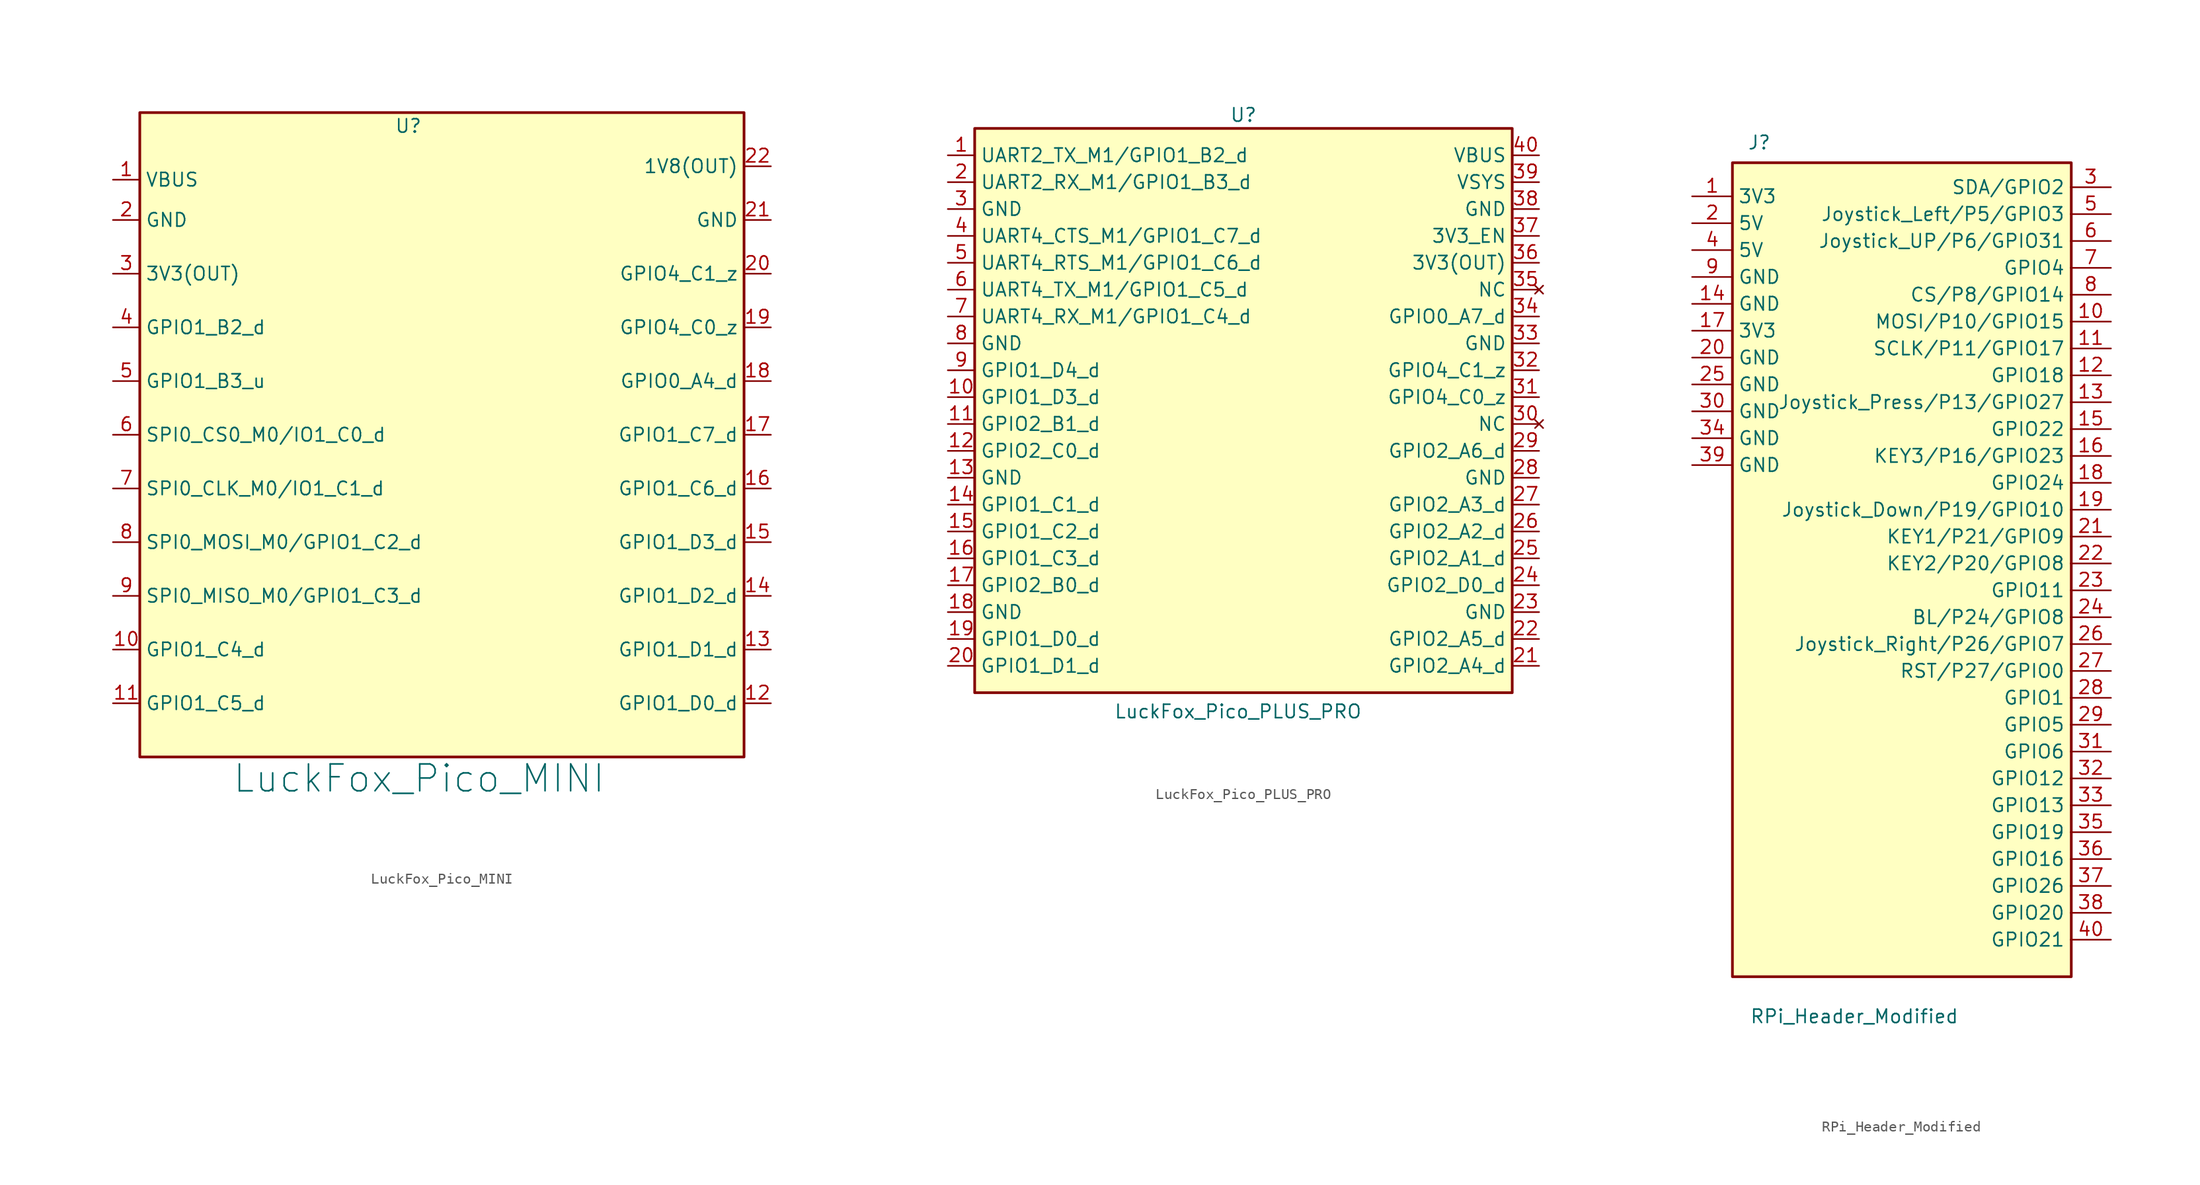
<source format=kicad_sym>
(kicad_symbol_lib
  (version 20241209)
  (generator "kicad_symbol_editor")
  (generator_version "9.0")
  (symbol "LuckFox_Pico_MINI"
    (property "Reference" "U"
      (at 0 53.34 0)
      (effects (font (size 1.27 1.27))))
    (property "Value" "LuckFox_Pico_MINI"
      (at 1.016 -8.382 0)
      (effects (font (size 2.54 2.54))))
    (symbol "LuckFox_Pico_MINI_0_1"
      (rectangle (start -25.4 54.61) (end 31.75 -6.35) (stroke (width 0.254) (type default)) (fill (type background))))
    (symbol "LuckFox_Pico_MINI_1_1"
      (pin power_in line (at -27.94 48.26 0) (length 2.54) (name "VBUS" (effects (font (size 1.27 1.27)))) (number "1" (effects (font (size 1.27 1.27)))))
      (pin power_in line (at -27.94 44.45 0) (length 2.54) (name "GND" (effects (font (size 1.27 1.27)))) (number "2" (effects (font (size 1.27 1.27)))))
      (pin power_out line (at -27.94 39.37 0) (length 2.54) (name "3V3(OUT)" (effects (font (size 1.27 1.27)))) (number "3" (effects (font (size 1.27 1.27)))))
      (pin bidirectional line (at -27.94 34.29 0) (length 2.54) (name "GPIO1_B2_d" (effects (font (size 1.27 1.27)))) (number "4" (effects (font (size 1.27 1.27)))))
      (pin bidirectional line (at -27.94 29.21 0) (length 2.54) (name "GPIO1_B3_u" (effects (font (size 1.27 1.27)))) (number "5" (effects (font (size 1.27 1.27)))))
      (pin bidirectional line (at -27.94 24.13 0) (length 2.54) (name "SPI0_CS0_M0/IO1_C0_d" (effects (font (size 1.27 1.27)))) (number "6" (effects (font (size 1.27 1.27)))))
      (pin bidirectional line (at -27.94 19.05 0) (length 2.54) (name "SPI0_CLK_M0/IO1_C1_d" (effects (font (size 1.27 1.27)))) (number "7" (effects (font (size 1.27 1.27)))))
      (pin bidirectional line (at -27.94 13.97 0) (length 2.54) (name "SPI0_MOSI_M0/GPIO1_C2_d" (effects (font (size 1.27 1.27)))) (number "8" (effects (font (size 1.27 1.27)))))
      (pin bidirectional line (at -27.94 8.89 0) (length 2.54) (name "SPI0_MISO_M0/GPIO1_C3_d" (effects (font (size 1.27 1.27)))) (number "9" (effects (font (size 1.27 1.27)))))
      (pin bidirectional line (at -27.94 3.81 0) (length 2.54) (name "GPIO1_C4_d" (effects (font (size 1.27 1.27)))) (number "10" (effects (font (size 1.27 1.27)))))
      (pin bidirectional line (at -27.94 -1.27 0) (length 2.54) (name "GPIO1_C5_d" (effects (font (size 1.27 1.27)))) (number "11" (effects (font (size 1.27 1.27)))))
      (pin power_out line (at 34.29 49.53 180) (length 2.54) (name "1V8(OUT)" (effects (font (size 1.27 1.27)))) (number "22" (effects (font (size 1.27 1.27)))))
      (pin power_in line (at 34.29 44.45 180) (length 2.54) (name "GND" (effects (font (size 1.27 1.27)))) (number "21" (effects (font (size 1.27 1.27)))))
      (pin bidirectional line (at 34.29 39.37 180) (length 2.54) (name "GPIO4_C1_z" (effects (font (size 1.27 1.27)))) (number "20" (effects (font (size 1.27 1.27)))))
      (pin bidirectional line (at 34.29 34.29 180) (length 2.54) (name "GPIO4_C0_z" (effects (font (size 1.27 1.27)))) (number "19" (effects (font (size 1.27 1.27)))))
      (pin bidirectional line (at 34.29 29.21 180) (length 2.54) (name "GPIO0_A4_d" (effects (font (size 1.27 1.27)))) (number "18" (effects (font (size 1.27 1.27)))))
      (pin bidirectional line (at 34.29 24.13 180) (length 2.54) (name "GPIO1_C7_d" (effects (font (size 1.27 1.27)))) (number "17" (effects (font (size 1.27 1.27)))))
      (pin bidirectional line (at 34.29 19.05 180) (length 2.54) (name "GPIO1_C6_d" (effects (font (size 1.27 1.27)))) (number "16" (effects (font (size 1.27 1.27)))))
      (pin bidirectional line (at 34.29 13.97 180) (length 2.54) (name "GPIO1_D3_d" (effects (font (size 1.27 1.27)))) (number "15" (effects (font (size 1.27 1.27)))))
      (pin bidirectional line (at 34.29 8.89 180) (length 2.54) (name "GPIO1_D2_d" (effects (font (size 1.27 1.27)))) (number "14" (effects (font (size 1.27 1.27)))))
      (pin bidirectional line (at 34.29 3.81 180) (length 2.54) (name "GPIO1_D1_d" (effects (font (size 1.27 1.27)))) (number "13" (effects (font (size 1.27 1.27)))))
      (pin bidirectional line (at 34.29 -1.27 180) (length 2.54) (name "GPIO1_D0_d" (effects (font (size 1.27 1.27)))) (number "12" (effects (font (size 1.27 1.27)))))))
  (symbol "LuckFox_Pico_PLUS_PRO"
    (property "Reference" "U"
      (at 0 54.61 0)
      (effects (font (size 1.27 1.27))))
    (property "Value" "LuckFox_Pico_PLUS_PRO"
      (at -0.508 -1.778 0)
      (effects (font (size 1.27 1.27))))
    (symbol "LuckFox_Pico_PLUS_PRO_0_1"
      (rectangle (start -25.4 53.34) (end 25.4 0) (stroke (width 0.254) (type default)) (fill (type background))))
    (symbol "LuckFox_Pico_PLUS_PRO_1_1"
      (pin bidirectional line (at -27.94 50.8 0) (length 2.54) (name "UART2_TX_M1/GPIO1_B2_d" (effects (font (size 1.27 1.27)))) (number "1" (effects (font (size 1.27 1.27)))))
      (pin bidirectional line (at -27.94 48.26 0) (length 2.54) (name "UART2_RX_M1/GPIO1_B3_d" (effects (font (size 1.27 1.27)))) (number "2" (effects (font (size 1.27 1.27)))))
      (pin power_in line (at -27.94 45.72 0) (length 2.54) (name "GND" (effects (font (size 1.27 1.27)))) (number "3" (effects (font (size 1.27 1.27)))))
      (pin bidirectional line (at -27.94 43.18 0) (length 2.54) (name "UART4_CTS_M1/GPIO1_C7_d" (effects (font (size 1.27 1.27)))) (number "4" (effects (font (size 1.27 1.27)))))
      (pin bidirectional line (at -27.94 40.64 0) (length 2.54) (name "UART4_RTS_M1/GPIO1_C6_d" (effects (font (size 1.27 1.27)))) (number "5" (effects (font (size 1.27 1.27)))))
      (pin bidirectional line (at -27.94 38.1 0) (length 2.54) (name "UART4_TX_M1/GPIO1_C5_d" (effects (font (size 1.27 1.27)))) (number "6" (effects (font (size 1.27 1.27)))))
      (pin bidirectional line (at -27.94 35.56 0) (length 2.54) (name "UART4_RX_M1/GPIO1_C4_d" (effects (font (size 1.27 1.27)))) (number "7" (effects (font (size 1.27 1.27)))))
      (pin power_in line (at -27.94 33.02 0) (length 2.54) (name "GND" (effects (font (size 1.27 1.27)))) (number "8" (effects (font (size 1.27 1.27)))))
      (pin bidirectional line (at -27.94 30.48 0) (length 2.54) (name "GPIO1_D4_d" (effects (font (size 1.27 1.27)))) (number "9" (effects (font (size 1.27 1.27)))))
      (pin bidirectional line (at -27.94 27.94 0) (length 2.54) (name "GPIO1_D3_d" (effects (font (size 1.27 1.27)))) (number "10" (effects (font (size 1.27 1.27)))))
      (pin bidirectional line (at -27.94 25.4 0) (length 2.54) (name "GPIO2_B1_d" (effects (font (size 1.27 1.27)))) (number "11" (effects (font (size 1.27 1.27)))))
      (pin bidirectional line (at -27.94 22.86 0) (length 2.54) (name "GPIO2_C0_d" (effects (font (size 1.27 1.27)))) (number "12" (effects (font (size 1.27 1.27)))))
      (pin power_in line (at -27.94 20.32 0) (length 2.54) (name "GND" (effects (font (size 1.27 1.27)))) (number "13" (effects (font (size 1.27 1.27)))))
      (pin bidirectional line (at -27.94 17.78 0) (length 2.54) (name "GPIO1_C1_d" (effects (font (size 1.27 1.27)))) (number "14" (effects (font (size 1.27 1.27)))))
      (pin bidirectional line (at -27.94 15.24 0) (length 2.54) (name "GPIO1_C2_d" (effects (font (size 1.27 1.27)))) (number "15" (effects (font (size 1.27 1.27)))))
      (pin bidirectional line (at -27.94 12.7 0) (length 2.54) (name "GPIO1_C3_d" (effects (font (size 1.27 1.27)))) (number "16" (effects (font (size 1.27 1.27)))))
      (pin bidirectional line (at -27.94 10.16 0) (length 2.54) (name "GPIO2_B0_d" (effects (font (size 1.27 1.27)))) (number "17" (effects (font (size 1.27 1.27)))))
      (pin power_in line (at -27.94 7.62 0) (length 2.54) (name "GND" (effects (font (size 1.27 1.27)))) (number "18" (effects (font (size 1.27 1.27)))))
      (pin bidirectional line (at -27.94 5.08 0) (length 2.54) (name "GPIO1_D0_d" (effects (font (size 1.27 1.27)))) (number "19" (effects (font (size 1.27 1.27)))))
      (pin bidirectional line (at -27.94 2.54 0) (length 2.54) (name "GPIO1_D1_d" (effects (font (size 1.27 1.27)))) (number "20" (effects (font (size 1.27 1.27)))))
      (pin power_in line (at 27.94 50.8 180) (length 2.54) (name "VBUS" (effects (font (size 1.27 1.27)))) (number "40" (effects (font (size 1.27 1.27)))))
      (pin power_in line (at 27.94 48.26 180) (length 2.54) (name "VSYS" (effects (font (size 1.27 1.27)))) (number "39" (effects (font (size 1.27 1.27)))))
      (pin power_in line (at 27.94 45.72 180) (length 2.54) (name "GND" (effects (font (size 1.27 1.27)))) (number "38" (effects (font (size 1.27 1.27)))))
      (pin power_in line (at 27.94 43.18 180) (length 2.54) (name "3V3_EN" (effects (font (size 1.27 1.27)))) (number "37" (effects (font (size 1.27 1.27)))))
      (pin power_out line (at 27.94 40.64 180) (length 2.54) (name "3V3(OUT)" (effects (font (size 1.27 1.27)))) (number "36" (effects (font (size 1.27 1.27)))))
      (pin no_connect line (at 27.94 38.1 180) (length 2.54) (name "NC" (effects (font (size 1.27 1.27)))) (number "35" (effects (font (size 1.27 1.27)))))
      (pin bidirectional line (at 27.94 35.56 180) (length 2.54) (name "GPIO0_A7_d" (effects (font (size 1.27 1.27)))) (number "34" (effects (font (size 1.27 1.27)))))
      (pin power_in line (at 27.94 33.02 180) (length 2.54) (name "GND" (effects (font (size 1.27 1.27)))) (number "33" (effects (font (size 1.27 1.27)))))
      (pin bidirectional line (at 27.94 30.48 180) (length 2.54) (name "GPIO4_C1_z" (effects (font (size 1.27 1.27)))) (number "32" (effects (font (size 1.27 1.27)))))
      (pin bidirectional line (at 27.94 27.94 180) (length 2.54) (name "GPIO4_C0_z" (effects (font (size 1.27 1.27)))) (number "31" (effects (font (size 1.27 1.27)))))
      (pin no_connect line (at 27.94 25.4 180) (length 2.54) (name "NC" (effects (font (size 1.27 1.27)))) (number "30" (effects (font (size 1.27 1.27)))))
      (pin bidirectional line (at 27.94 22.86 180) (length 2.54) (name "GPIO2_A6_d" (effects (font (size 1.27 1.27)))) (number "29" (effects (font (size 1.27 1.27)))))
      (pin power_in line (at 27.94 20.32 180) (length 2.54) (name "GND" (effects (font (size 1.27 1.27)))) (number "28" (effects (font (size 1.27 1.27)))))
      (pin bidirectional line (at 27.94 17.78 180) (length 2.54) (name "GPIO2_A3_d" (effects (font (size 1.27 1.27)))) (number "27" (effects (font (size 1.27 1.27)))))
      (pin bidirectional line (at 27.94 15.24 180) (length 2.54) (name "GPIO2_A2_d" (effects (font (size 1.27 1.27)))) (number "26" (effects (font (size 1.27 1.27)))))
      (pin bidirectional line (at 27.94 12.7 180) (length 2.54) (name "GPIO2_A1_d" (effects (font (size 1.27 1.27)))) (number "25" (effects (font (size 1.27 1.27)))))
      (pin bidirectional line (at 27.94 10.16 180) (length 2.54) (name "GPIO2_D0_d" (effects (font (size 1.27 1.27)))) (number "24" (effects (font (size 1.27 1.27)))))
      (pin power_in line (at 27.94 7.62 180) (length 2.54) (name "GND" (effects (font (size 1.27 1.27)))) (number "23" (effects (font (size 1.27 1.27)))))
      (pin bidirectional line (at 27.94 5.08 180) (length 2.54) (name "GPIO2_A5_d" (effects (font (size 1.27 1.27)))) (number "22" (effects (font (size 1.27 1.27)))))
      (pin bidirectional line (at 27.94 2.54 180) (length 2.54) (name "GPIO2_A4_d" (effects (font (size 1.27 1.27)))) (number "21" (effects (font (size 1.27 1.27)))))))
  (symbol "RPi_Header_Modified"
    (property "Reference" "J"
      (at 1.27 53.34 0)
      (effects (font (size 1.27 1.27))))
    (property "Value" "RPi_Header_Modified"
      (at 10.25 -29.25 0)
      (effects (font (size 1.27 1.27))))
    (symbol "RPi_Header_Modified_0_1"
      (rectangle (start -1.27 51.435) (end 30.75 -25.5) (stroke (width 0.254) (type default)) (fill (type background))))
    (symbol "RPi_Header_Modified_1_1"
      (pin power_in line (at -5.08 48.26 0) (length 3.81) (name "3V3" (effects (font (size 1.27 1.27)))) (number "1" (effects (font (size 1.27 1.27)))))
      (pin power_in line (at -5.08 45.72 0) (length 3.81) (name "5V" (effects (font (size 1.27 1.27)))) (number "2" (effects (font (size 1.27 1.27)))))
      (pin power_in line (at -5.08 43.18 0) (length 3.81) (name "5V" (effects (font (size 1.27 1.27)))) (number "4" (effects (font (size 1.27 1.27)))))
      (pin power_in line (at -5.08 40.64 0) (length 3.81) (name "GND" (effects (font (size 1.27 1.27)))) (number "9" (effects (font (size 1.27 1.27)))))
      (pin power_in line (at -5.08 38.1 0) (length 3.81) (name "GND" (effects (font (size 1.27 1.27)))) (number "14" (effects (font (size 1.27 1.27)))))
      (pin power_in line (at -5.08 35.56 0) (length 3.81) (name "3V3" (effects (font (size 1.27 1.27)))) (number "17" (effects (font (size 1.27 1.27)))))
      (pin power_in line (at -5.08 33.02 0) (length 3.81) (name "GND" (effects (font (size 1.27 1.27)))) (number "20" (effects (font (size 1.27 1.27)))))
      (pin power_in line (at -5.08 30.48 0) (length 3.81) (name "GND" (effects (font (size 1.27 1.27)))) (number "25" (effects (font (size 1.27 1.27)))))
      (pin power_in line (at -5.08 27.94 0) (length 3.81) (name "GND" (effects (font (size 1.27 1.27)))) (number "30" (effects (font (size 1.27 1.27)))))
      (pin power_in line (at -5.08 25.4 0) (length 3.81) (name "GND" (effects (font (size 1.27 1.27)))) (number "34" (effects (font (size 1.27 1.27)))))
      (pin power_in line (at -5.08 22.86 0) (length 3.81) (name "GND" (effects (font (size 1.27 1.27)))) (number "39" (effects (font (size 1.27 1.27)))))
      (pin bidirectional line (at 34.5 49.12 180) (length 3.81) (name "SDA/GPIO2" (effects (font (size 1.27 1.27)))) (number "3" (effects (font (size 1.27 1.27)))))
      (pin bidirectional line (at 34.5 46.58 180) (length 3.81) (name "Joystick_Left/P5/GPIO3" (effects (font (size 1.27 1.27)))) (number "5" (effects (font (size 1.27 1.27)))))
      (pin bidirectional line (at 34.5 44.04 180) (length 3.81) (name "Joystick_UP/P6/GPIO31" (effects (font (size 1.27 1.27)))) (number "6" (effects (font (size 1.27 1.27)))))
      (pin bidirectional line (at 34.5 41.5 180) (length 3.81) (name "GPIO4" (effects (font (size 1.27 1.27)))) (number "7" (effects (font (size 1.27 1.27)))))
      (pin bidirectional line (at 34.5 38.96 180) (length 3.81) (name "CS/P8/GPIO14" (effects (font (size 1.27 1.27)))) (number "8" (effects (font (size 1.27 1.27)))))
      (pin bidirectional line (at 34.5 36.42 180) (length 3.81) (name "MOSI/P10/GPIO15" (effects (font (size 1.27 1.27)))) (number "10" (effects (font (size 1.27 1.27)))))
      (pin bidirectional line (at 34.5 33.88 180) (length 3.81) (name "SCLK/P11/GPIO17" (effects (font (size 1.27 1.27)))) (number "11" (effects (font (size 1.27 1.27)))))
      (pin bidirectional line (at 34.5 31.34 180) (length 3.81) (name "GPIO18" (effects (font (size 1.27 1.27)))) (number "12" (effects (font (size 1.27 1.27)))))
      (pin bidirectional line (at 34.5 28.8 180) (length 3.81) (name "Joystick_Press/P13/GPIO27" (effects (font (size 1.27 1.27)))) (number "13" (effects (font (size 1.27 1.27)))))
      (pin bidirectional line (at 34.5 26.26 180) (length 3.81) (name "GPIO22" (effects (font (size 1.27 1.27)))) (number "15" (effects (font (size 1.27 1.27)))))
      (pin bidirectional line (at 34.5 23.72 180) (length 3.81) (name "KEY3/P16/GPIO23" (effects (font (size 1.27 1.27)))) (number "16" (effects (font (size 1.27 1.27)))))
      (pin bidirectional line (at 34.5 21.18 180) (length 3.81) (name "GPIO24" (effects (font (size 1.27 1.27)))) (number "18" (effects (font (size 1.27 1.27)))))
      (pin bidirectional line (at 34.5 18.64 180) (length 3.81) (name "Joystick_Down/P19/GPIO10" (effects (font (size 1.27 1.27)))) (number "19" (effects (font (size 1.27 1.27)))))
      (pin bidirectional line (at 34.5 16.1 180) (length 3.81) (name "KEY1/P21/GPIO9" (effects (font (size 1.27 1.27)))) (number "21" (effects (font (size 1.27 1.27)))))
      (pin bidirectional line (at 34.5 13.56 180) (length 3.81) (name "KEY2/P20/GPIO8" (effects (font (size 1.27 1.27)))) (number "22" (effects (font (size 1.27 1.27)))))
      (pin bidirectional line (at 34.5 11.02 180) (length 3.81) (name "GPIO11" (effects (font (size 1.27 1.27)))) (number "23" (effects (font (size 1.27 1.27)))))
      (pin bidirectional line (at 34.5 8.48 180) (length 3.81) (name "BL/P24/GPIO8" (effects (font (size 1.27 1.27)))) (number "24" (effects (font (size 1.27 1.27)))))
      (pin bidirectional line (at 34.5 5.94 180) (length 3.81) (name "Joystick_Right/P26/GPIO7" (effects (font (size 1.27 1.27)))) (number "26" (effects (font (size 1.27 1.27)))))
      (pin bidirectional line (at 34.5 3.4 180) (length 3.81) (name "RST/P27/GPIO0" (effects (font (size 1.27 1.27)))) (number "27" (effects (font (size 1.27 1.27)))))
      (pin bidirectional line (at 34.5 0.86 180) (length 3.81) (name "GPIO1" (effects (font (size 1.27 1.27)))) (number "28" (effects (font (size 1.27 1.27)))))
      (pin bidirectional line (at 34.5 -1.68 180) (length 3.81) (name "GPIO5" (effects (font (size 1.27 1.27)))) (number "29" (effects (font (size 1.27 1.27)))))
      (pin bidirectional line (at 34.5 -4.22 180) (length 3.81) (name "GPIO6" (effects (font (size 1.27 1.27)))) (number "31" (effects (font (size 1.27 1.27)))))
      (pin bidirectional line (at 34.5 -6.76 180) (length 3.81) (name "GPIO12" (effects (font (size 1.27 1.27)))) (number "32" (effects (font (size 1.27 1.27)))))
      (pin bidirectional line (at 34.5 -9.3 180) (length 3.81) (name "GPIO13" (effects (font (size 1.27 1.27)))) (number "33" (effects (font (size 1.27 1.27)))))
      (pin bidirectional line (at 34.5 -11.84 180) (length 3.81) (name "GPIO19" (effects (font (size 1.27 1.27)))) (number "35" (effects (font (size 1.27 1.27)))))
      (pin bidirectional line (at 34.5 -14.38 180) (length 3.81) (name "GPIO16" (effects (font (size 1.27 1.27)))) (number "36" (effects (font (size 1.27 1.27)))))
      (pin bidirectional line (at 34.5 -16.92 180) (length 3.81) (name "GPIO26" (effects (font (size 1.27 1.27)))) (number "37" (effects (font (size 1.27 1.27)))))
      (pin bidirectional line (at 34.5 -19.46 180) (length 3.81) (name "GPIO20" (effects (font (size 1.27 1.27)))) (number "38" (effects (font (size 1.27 1.27)))))
      (pin bidirectional line (at 34.5 -22 180) (length 3.81) (name "GPIO21" (effects (font (size 1.27 1.27)))) (number "40" (effects (font (size 1.27 1.27))))))))
</source>
